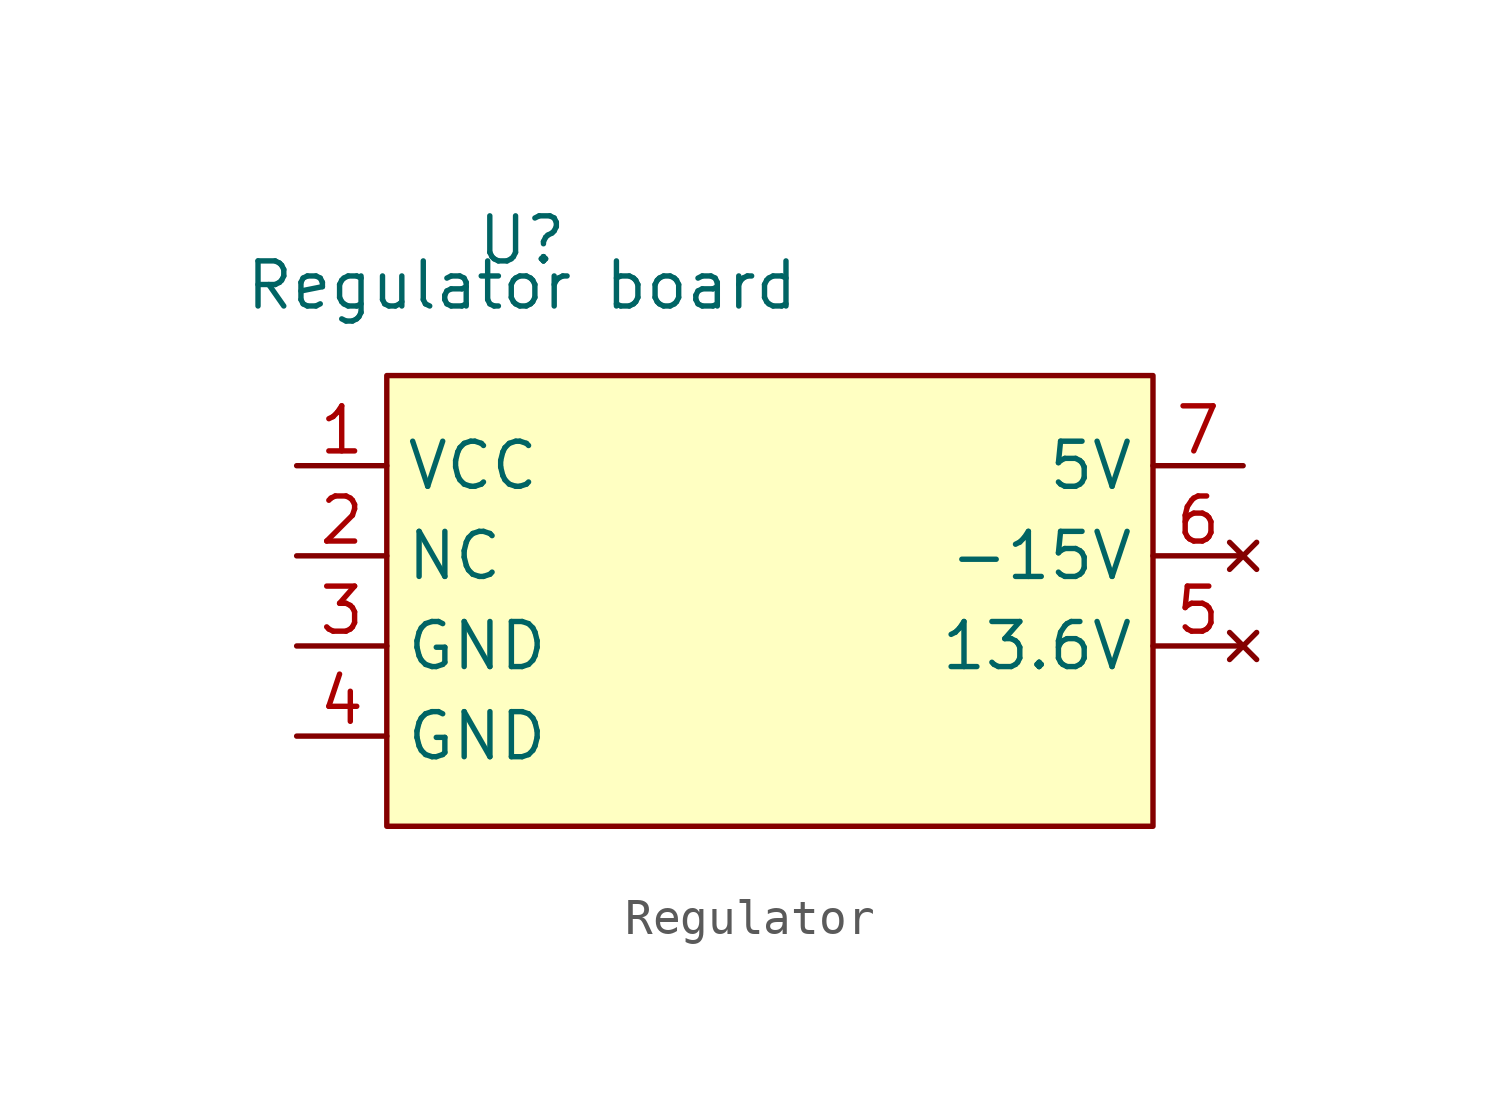
<source format=kicad_sym>
(kicad_symbol_lib
  (version 20241209)
  (generator "kicad_symbol_editor")
  (generator_version "9.0")
  (symbol "Regulator"
    (property "Reference" "U"
      (at 0 1.27 0)
      (effects (font (size 1.27 1.27))))
    (property "Value" "Regulator board"
      (at 0 0 0)
      (effects (font (size 1.27 1.27))))
    (symbol "Regulator_1_1"
      (rectangle (start -3.81 -2.54) (end 17.78 -15.24) (stroke (width 0) (type solid)) (fill (type background)))
      (pin power_in line (at -6.35 -5.08 0) (length 2.54) (name "VCC" (effects (font (size 1.27 1.27)))) (number "1" (effects (font (size 1.27 1.27)))))
      (pin passive line (at -6.35 -7.62 0) (length 2.54) (name "NC" (effects (font (size 1.27 1.27)))) (number "2" (effects (font (size 1.27 1.27)))))
      (pin power_in line (at -6.35 -10.16 0) (length 2.54) (name "GND" (effects (font (size 1.27 1.27)))) (number "3" (effects (font (size 1.27 1.27)))))
      (pin power_in line (at -6.35 -12.7 0) (length 2.54) (name "GND" (effects (font (size 1.27 1.27)))) (number "4" (effects (font (size 1.27 1.27)))))
      (pin power_out line (at 20.32 -5.08 180) (length 2.54) (name "5V" (effects (font (size 1.27 1.27)))) (number "7" (effects (font (size 1.27 1.27)))))
      (pin no_connect line (at 20.32 -7.62 180) (length 2.54) (name "-15V" (effects (font (size 1.27 1.27)))) (number "6" (effects (font (size 1.27 1.27)))))
      (pin no_connect line (at 20.32 -10.16 180) (length 2.54) (name "13.6V" (effects (font (size 1.27 1.27)))) (number "5" (effects (font (size 1.27 1.27))))))))
</source>
